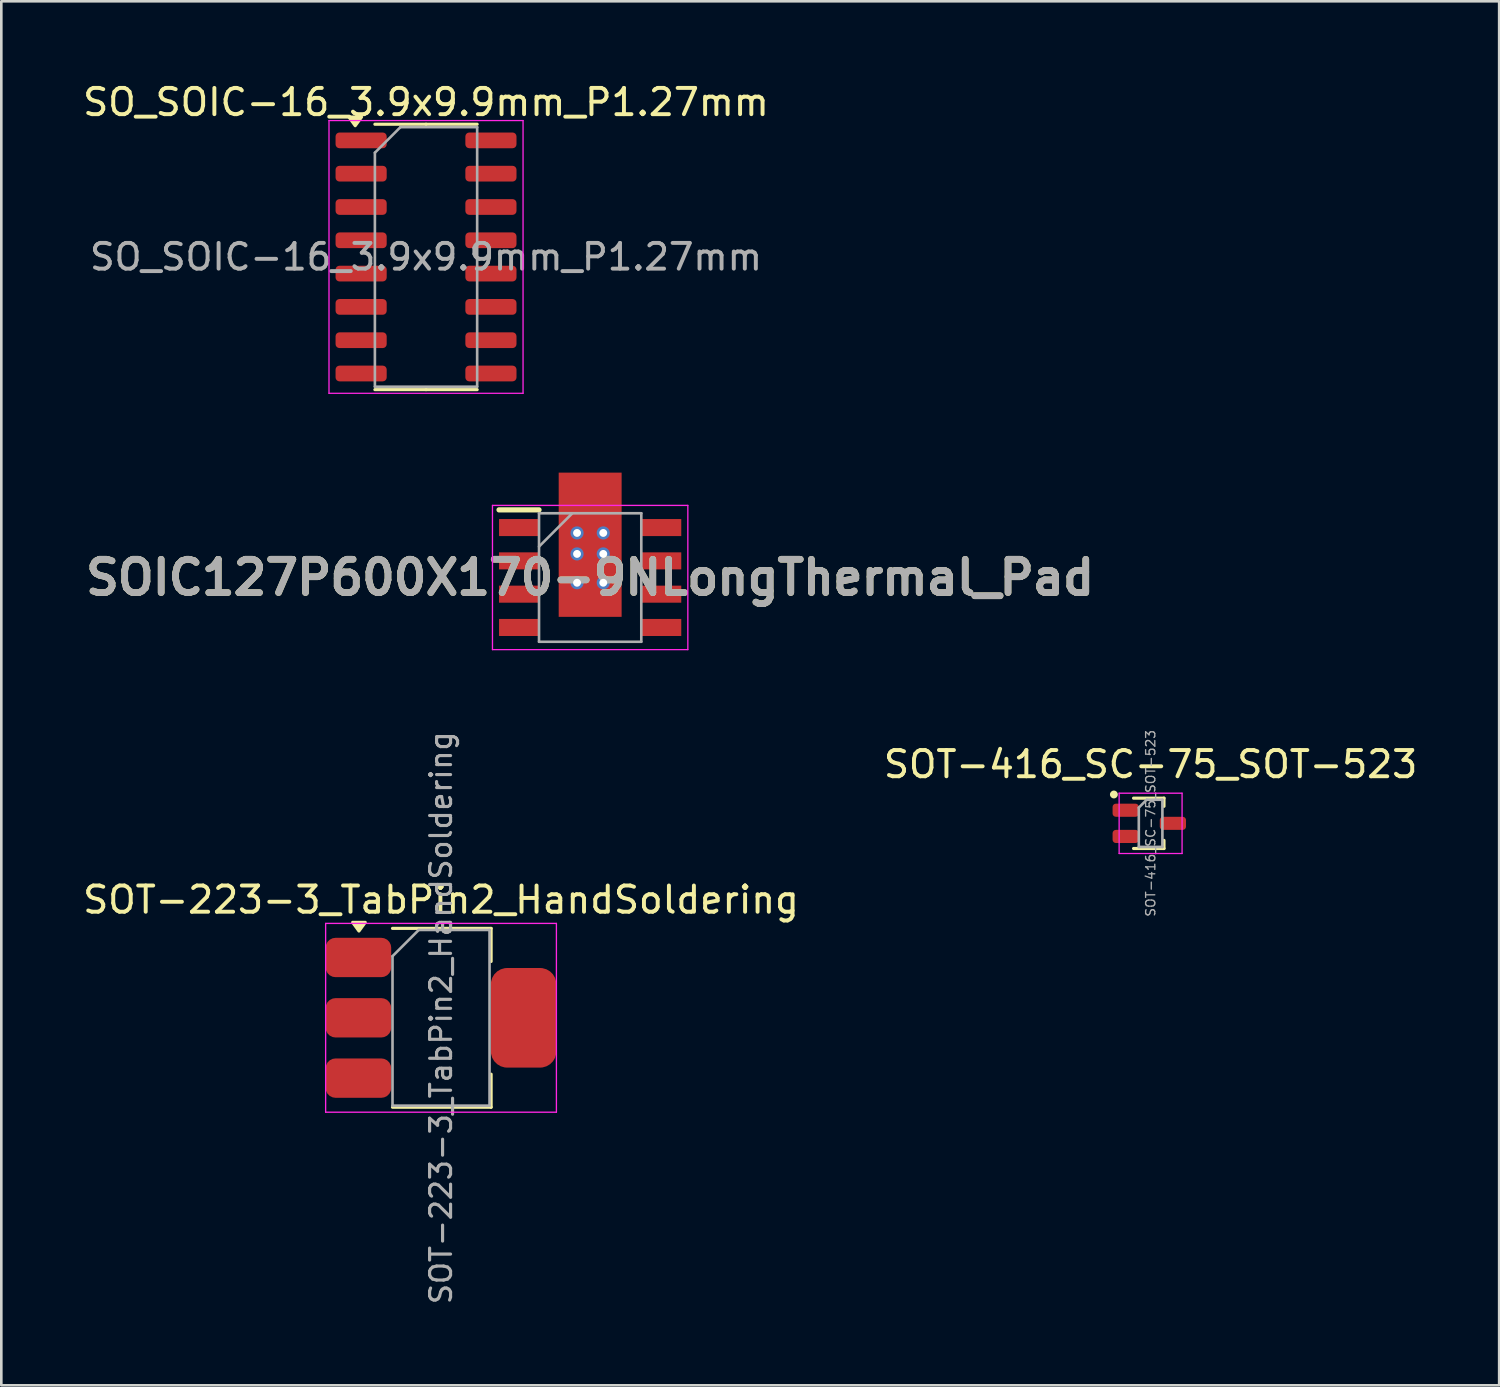
<source format=kicad_pcb>
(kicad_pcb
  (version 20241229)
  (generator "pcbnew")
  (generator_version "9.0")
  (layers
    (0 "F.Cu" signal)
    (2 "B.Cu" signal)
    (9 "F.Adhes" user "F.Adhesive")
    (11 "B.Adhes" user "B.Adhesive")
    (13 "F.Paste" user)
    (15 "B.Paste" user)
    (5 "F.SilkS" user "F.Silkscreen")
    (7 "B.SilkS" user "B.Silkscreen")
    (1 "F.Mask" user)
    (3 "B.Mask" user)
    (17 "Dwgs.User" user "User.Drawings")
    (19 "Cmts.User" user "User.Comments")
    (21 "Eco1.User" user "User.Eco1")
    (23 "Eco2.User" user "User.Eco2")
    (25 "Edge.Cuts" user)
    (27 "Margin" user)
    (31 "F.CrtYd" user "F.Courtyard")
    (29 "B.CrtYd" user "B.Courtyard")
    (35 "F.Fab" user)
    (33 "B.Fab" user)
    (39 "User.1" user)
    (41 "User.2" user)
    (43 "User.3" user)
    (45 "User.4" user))
  (footprint "SOIC127P600X170-9NLongThermal_Pad"
    (layer "F.Cu")
    (at 19.455 18.973)
    (property "Reference" "SOIC127P600X170-9NLongThermal_Pad" (at 0 0 0) (layer "F.SilkS") (effects (font (size 1.27 1.27) (thickness 0.254))))
    (attr smd)
    (fp_line (start -3.475 -2.58) (end -1.95 -2.58) (stroke (width 0.2) (type solid)) (layer "F.SilkS"))
    (fp_line (start -3.725 -2.75) (end 3.725 -2.75) (stroke (width 0.05) (type solid)) (layer "F.CrtYd"))
    (fp_line (start -3.725 2.75) (end -3.725 -2.75) (stroke (width 0.05) (type solid)) (layer "F.CrtYd"))
    (fp_line (start 3.725 -2.75) (end 3.725 2.75) (stroke (width 0.05) (type solid)) (layer "F.CrtYd"))
    (fp_line (start 3.725 2.75) (end -3.725 2.75) (stroke (width 0.05) (type solid)) (layer "F.CrtYd"))
    (fp_line (start -1.95 -2.45) (end 1.95 -2.45) (stroke (width 0.1) (type solid)) (layer "F.Fab"))
    (fp_line (start -1.95 -1.18) (end -0.68 -2.45) (stroke (width 0.1) (type solid)) (layer "F.Fab"))
    (fp_line (start -1.95 2.45) (end -1.95 -2.45) (stroke (width 0.1) (type solid)) (layer "F.Fab"))
    (fp_line (start 1.95 -2.45) (end 1.95 2.45) (stroke (width 0.1) (type solid)) (layer "F.Fab"))
    (fp_line (start 1.95 2.45) (end -1.95 2.45) (stroke (width 0.1) (type solid)) (layer "F.Fab"))
    (fp_text user "${REFERENCE}" (at 0 0 0) (layer "F.Fab") (effects (font (size 1.27 1.27) (thickness 0.254))))
    (pad "1" smd rect (at -2.712 -1.905 90) (size 0.65 1.525) (layers "F.Cu" "F.Mask" "F.Paste"))
    (pad "2" smd rect (at -2.712 -0.635 90) (size 0.65 1.525) (layers "F.Cu" "F.Mask" "F.Paste"))
    (pad "3" smd rect (at -2.712 0.635 90) (size 0.65 1.525) (layers "F.Cu" "F.Mask" "F.Paste"))
    (pad "4" smd rect (at -2.712 1.905 90) (size 0.65 1.525) (layers "F.Cu" "F.Mask" "F.Paste"))
    (pad "5" smd rect (at 2.712 1.905 90) (size 0.65 1.525) (layers "F.Cu" "F.Mask" "F.Paste"))
    (pad "6" smd rect (at 2.712 0.635 90) (size 0.65 1.525) (layers "F.Cu" "F.Mask" "F.Paste"))
    (pad "7" smd rect (at 2.712 -0.635 90) (size 0.65 1.525) (layers "F.Cu" "F.Mask" "F.Paste"))
    (pad "8" smd rect (at 2.712 -1.905 90) (size 0.65 1.525) (layers "F.Cu" "F.Mask" "F.Paste"))
    (pad "9" thru_hole circle (at -0.5 -1.7) (size 0.5 0.5) (drill 0.3) (layers "*.Cu" "*.Mask"))
    (pad "9" thru_hole circle (at -0.5 -0.9) (size 0.5 0.5) (drill 0.3) (layers "*.Cu" "*.Mask"))
    (pad "9" thru_hole circle (at -0.5 0.2) (size 0.5 0.5) (drill 0.3) (layers "*.Cu" "*.Mask"))
    (pad "9" smd rect (at 0 -1.25) (size 2.4 5.5) (layers "F.Cu" "F.Mask" "F.Paste"))
    (pad "9" thru_hole circle (at 0.5 -1.7) (size 0.5 0.5) (drill 0.3) (layers "*.Cu" "*.Mask"))
    (pad "9" thru_hole circle (at 0.5 -0.9) (size 0.5 0.5) (drill 0.3) (layers "*.Cu" "*.Mask"))
    (pad "9" thru_hole circle (at 0.5 0.2) (size 0.5 0.5) (drill 0.3) (layers "*.Cu" "*.Mask")))
  (footprint "SOT-416_SC-75_SOT-523"
    (layer "F.Cu")
    (at 40.827 28.347)
    (property "Reference" "SOT-416_SC-75_SOT-523" (at 0 -2.25 0) (layer "F.SilkS") (effects (font (size 1 1) (thickness 0.15))))
    (attr smd)
    (fp_line (start 0.51 -0.96) (end -0.65 -0.96) (stroke (width 0.12) (type solid)) (layer "F.SilkS"))
    (fp_line (start 0.51 -0.96) (end 0.51 -0.65) (stroke (width 0.12) (type solid)) (layer "F.SilkS"))
    (fp_line (start 0.51 0.96) (end -0.65 0.96) (stroke (width 0.12) (type solid)) (layer "F.SilkS"))
    (fp_line (start 0.51 0.96) (end 0.51 0.65) (stroke (width 0.12) (type solid)) (layer "F.SilkS"))
    (fp_circle (center -1.4 -1.1) (end -1.25 -1.1) (stroke (width 0) (type solid)) (fill yes) (layer "F.SilkS"))
    (fp_line (start -1.2 -1.15) (end 1.2 -1.15) (stroke (width 0.05) (type solid)) (layer "F.CrtYd"))
    (fp_line (start -1.2 1.15) (end -1.2 -1.15) (stroke (width 0.05) (type solid)) (layer "F.CrtYd"))
    (fp_line (start 1.2 -1.15) (end 1.2 1.15) (stroke (width 0.05) (type solid)) (layer "F.CrtYd"))
    (fp_line (start 1.2 1.15) (end -1.2 1.15) (stroke (width 0.05) (type solid)) (layer "F.CrtYd"))
    (fp_line (start -0.45 -0.6) (end -0.45 0.9) (stroke (width 0.1) (type solid)) (layer "F.Fab"))
    (fp_line (start -0.45 0.9) (end 0.45 0.9) (stroke (width 0.1) (type solid)) (layer "F.Fab"))
    (fp_line (start -0.15 -0.9) (end -0.45 -0.6) (stroke (width 0.1) (type solid)) (layer "F.Fab"))
    (fp_line (start -0.15 -0.9) (end 0.45 -0.9) (stroke (width 0.1) (type solid)) (layer "F.Fab"))
    (fp_line (start 0.45 -0.9) (end 0.45 0.9) (stroke (width 0.1) (type solid)) (layer "F.Fab"))
    (fp_text user "${REFERENCE}" (at 0 0 90) (layer "F.Fab") (effects (font (size 0.35 0.35) (thickness 0.05))))
    (pad "1" smd roundrect (at -0.95 -0.5) (size 1 0.5) (layers "F.Cu" "F.Mask" "F.Paste") (roundrect_rratio 0.25))
    (pad "2" smd roundrect (at -0.95 0.5) (size 1 0.5) (layers "F.Cu" "F.Mask" "F.Paste") (roundrect_rratio 0.25))
    (pad "3" smd roundrect (at 0.85 0) (size 1 0.5) (layers "F.Cu" "F.Mask" "F.Paste") (roundrect_rratio 0.25)))
  (footprint "SOT-223-3_TabPin2_HandSoldering"
    (layer "F.Cu")
    (at 13.768 35.763)
    (property "Reference" "SOT-223-3_TabPin2_HandSoldering" (at 0 -4.5 0) (layer "F.SilkS") (effects (font (size 1 1) (thickness 0.15))))
    (attr smd)
    (fp_line (start -1.85 -3.41) (end 1.91 -3.41) (stroke (width 0.12) (type solid)) (layer "F.SilkS"))
    (fp_line (start -1.85 3.41) (end 1.91 3.41) (stroke (width 0.12) (type solid)) (layer "F.SilkS"))
    (fp_line (start 1.91 -3.41) (end 1.91 -2.15) (stroke (width 0.12) (type solid)) (layer "F.SilkS"))
    (fp_line (start 1.91 3.41) (end 1.91 2.15) (stroke (width 0.12) (type solid)) (layer "F.SilkS"))
    (fp_poly (pts (xy -3.13 -3.31) (xy -3.37 -3.64) (xy -2.89 -3.64) (xy -3.13 -3.31)) (stroke (width 0.12) (type solid)) (fill yes) (layer "F.SilkS"))
    (fp_line (start -4.4 -3.6) (end -4.4 3.6) (stroke (width 0.05) (type solid)) (layer "F.CrtYd"))
    (fp_line (start -4.4 3.6) (end 4.4 3.6) (stroke (width 0.05) (type solid)) (layer "F.CrtYd"))
    (fp_line (start 4.4 -3.6) (end -4.4 -3.6) (stroke (width 0.05) (type solid)) (layer "F.CrtYd"))
    (fp_line (start 4.4 3.6) (end 4.4 -3.6) (stroke (width 0.05) (type solid)) (layer "F.CrtYd"))
    (fp_line (start -1.85 -2.35) (end -1.85 3.35) (stroke (width 0.1) (type solid)) (layer "F.Fab"))
    (fp_line (start -1.85 -2.35) (end -0.85 -3.35) (stroke (width 0.1) (type solid)) (layer "F.Fab"))
    (fp_line (start -1.85 3.35) (end 1.85 3.35) (stroke (width 0.1) (type solid)) (layer "F.Fab"))
    (fp_line (start -0.85 -3.35) (end 1.85 -3.35) (stroke (width 0.1) (type solid)) (layer "F.Fab"))
    (fp_line (start 1.85 -3.35) (end 1.85 3.35) (stroke (width 0.1) (type solid)) (layer "F.Fab"))
    (fp_text user "${REFERENCE}" (at 0 0 90) (layer "F.Fab") (effects (font (size 0.8 0.8) (thickness 0.12))))
    (pad "1" smd roundrect (at -3.15 -2.3) (size 2.5 1.5) (layers "F.Cu" "F.Mask" "F.Paste") (roundrect_rratio 0.25))
    (pad "2" smd roundrect (at -3.15 0) (size 2.5 1.5) (layers "F.Cu" "F.Mask" "F.Paste") (roundrect_rratio 0.25))
    (pad "2" smd roundrect (at 3.15 0) (size 2.5 3.8) (layers "F.Cu" "F.Mask" "F.Paste") (roundrect_rratio 0.25))
    (pad "3" smd roundrect (at -3.15 2.3) (size 2.5 1.5) (layers "F.Cu" "F.Mask" "F.Paste") (roundrect_rratio 0.25)))
  (footprint "SO_SOIC-16_3.9x9.9mm_P1.27mm"
    (layer "F.Cu")
    (at 13.196 6.748)
    (property "Reference" "SO_SOIC-16_3.9x9.9mm_P1.27mm" (at 0 -5.9 0) (layer "F.SilkS") (effects (font (size 1 1) (thickness 0.15))))
    (attr smd)
    (fp_line (start 0 -5.06) (end -1.95 -5.06) (stroke (width 0.12) (type solid)) (layer "F.SilkS"))
    (fp_line (start 0 -5.06) (end 1.95 -5.06) (stroke (width 0.12) (type solid)) (layer "F.SilkS"))
    (fp_line (start 0 5.06) (end -1.95 5.06) (stroke (width 0.12) (type solid)) (layer "F.SilkS"))
    (fp_line (start 0 5.06) (end 1.95 5.06) (stroke (width 0.12) (type solid)) (layer "F.SilkS"))
    (fp_poly (pts (xy -2.7 -5.005) (xy -2.94 -5.335) (xy -2.46 -5.335) (xy -2.7 -5.005)) (stroke (width 0.12) (type solid)) (fill yes) (layer "F.SilkS"))
    (fp_line (start -3.7 -5.2) (end -3.7 5.2) (stroke (width 0.05) (type solid)) (layer "F.CrtYd"))
    (fp_line (start -3.7 5.2) (end 3.7 5.2) (stroke (width 0.05) (type solid)) (layer "F.CrtYd"))
    (fp_line (start 3.7 -5.2) (end -3.7 -5.2) (stroke (width 0.05) (type solid)) (layer "F.CrtYd"))
    (fp_line (start 3.7 5.2) (end 3.7 -5.2) (stroke (width 0.05) (type solid)) (layer "F.CrtYd"))
    (fp_line (start -1.95 -3.975) (end -0.975 -4.95) (stroke (width 0.1) (type solid)) (layer "F.Fab"))
    (fp_line (start -1.95 4.95) (end -1.95 -3.975) (stroke (width 0.1) (type solid)) (layer "F.Fab"))
    (fp_line (start -0.975 -4.95) (end 1.95 -4.95) (stroke (width 0.1) (type solid)) (layer "F.Fab"))
    (fp_line (start 1.95 -4.95) (end 1.95 4.95) (stroke (width 0.1) (type solid)) (layer "F.Fab"))
    (fp_line (start 1.95 4.95) (end -1.95 4.95) (stroke (width 0.1) (type solid)) (layer "F.Fab"))
    (fp_text user "${REFERENCE}" (at 0 0 0) (layer "F.Fab") (effects (font (size 0.98 0.98) (thickness 0.15))))
    (pad "1" smd roundrect (at -2.475 -4.445) (size 1.95 0.6) (layers "F.Cu" "F.Mask" "F.Paste") (roundrect_rratio 0.25))
    (pad "2" smd roundrect (at -2.475 -3.175) (size 1.95 0.6) (layers "F.Cu" "F.Mask" "F.Paste") (roundrect_rratio 0.25))
    (pad "3" smd roundrect (at -2.475 -1.905) (size 1.95 0.6) (layers "F.Cu" "F.Mask" "F.Paste") (roundrect_rratio 0.25))
    (pad "4" smd roundrect (at -2.475 -0.635) (size 1.95 0.6) (layers "F.Cu" "F.Mask" "F.Paste") (roundrect_rratio 0.25))
    (pad "5" smd roundrect (at -2.475 0.635) (size 1.95 0.6) (layers "F.Cu" "F.Mask" "F.Paste") (roundrect_rratio 0.25))
    (pad "6" smd roundrect (at -2.475 1.905) (size 1.95 0.6) (layers "F.Cu" "F.Mask" "F.Paste") (roundrect_rratio 0.25))
    (pad "7" smd roundrect (at -2.475 3.175) (size 1.95 0.6) (layers "F.Cu" "F.Mask" "F.Paste") (roundrect_rratio 0.25))
    (pad "8" smd roundrect (at -2.475 4.445) (size 1.95 0.6) (layers "F.Cu" "F.Mask" "F.Paste") (roundrect_rratio 0.25))
    (pad "9" smd roundrect (at 2.475 4.445) (size 1.95 0.6) (layers "F.Cu" "F.Mask" "F.Paste") (roundrect_rratio 0.25))
    (pad "10" smd roundrect (at 2.475 3.175) (size 1.95 0.6) (layers "F.Cu" "F.Mask" "F.Paste") (roundrect_rratio 0.25))
    (pad "11" smd roundrect (at 2.475 1.905) (size 1.95 0.6) (layers "F.Cu" "F.Mask" "F.Paste") (roundrect_rratio 0.25))
    (pad "12" smd roundrect (at 2.475 0.635) (size 1.95 0.6) (layers "F.Cu" "F.Mask" "F.Paste") (roundrect_rratio 0.25))
    (pad "13" smd roundrect (at 2.475 -0.635) (size 1.95 0.6) (layers "F.Cu" "F.Mask" "F.Paste") (roundrect_rratio 0.25))
    (pad "14" smd roundrect (at 2.475 -1.905) (size 1.95 0.6) (layers "F.Cu" "F.Mask" "F.Paste") (roundrect_rratio 0.25))
    (pad "15" smd roundrect (at 2.475 -3.175) (size 1.95 0.6) (layers "F.Cu" "F.Mask" "F.Paste") (roundrect_rratio 0.25))
    (pad "16" smd roundrect (at 2.475 -4.445) (size 1.95 0.6) (layers "F.Cu" "F.Mask" "F.Paste") (roundrect_rratio 0.25)))
  (gr_rect
    (start -3 -3)
    (end 54.119 49.777)
    (stroke (width 0.1) (type default))
    (fill no)
    (layer "Edge.Cuts")))
</source>
